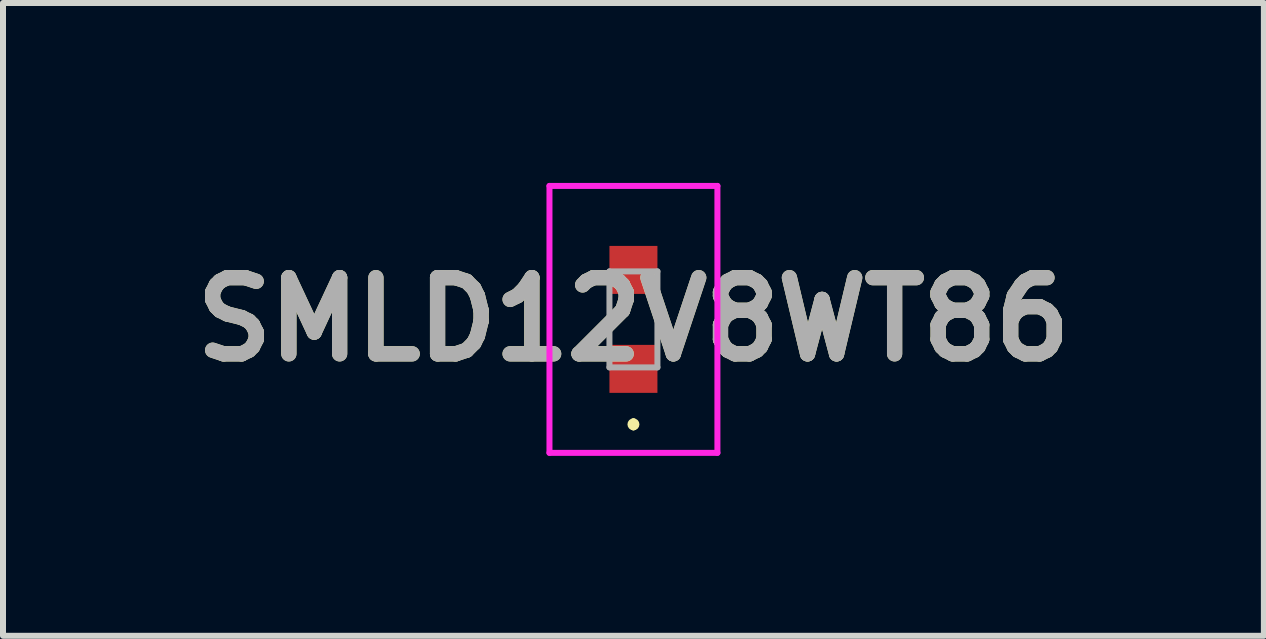
<source format=kicad_pcb>
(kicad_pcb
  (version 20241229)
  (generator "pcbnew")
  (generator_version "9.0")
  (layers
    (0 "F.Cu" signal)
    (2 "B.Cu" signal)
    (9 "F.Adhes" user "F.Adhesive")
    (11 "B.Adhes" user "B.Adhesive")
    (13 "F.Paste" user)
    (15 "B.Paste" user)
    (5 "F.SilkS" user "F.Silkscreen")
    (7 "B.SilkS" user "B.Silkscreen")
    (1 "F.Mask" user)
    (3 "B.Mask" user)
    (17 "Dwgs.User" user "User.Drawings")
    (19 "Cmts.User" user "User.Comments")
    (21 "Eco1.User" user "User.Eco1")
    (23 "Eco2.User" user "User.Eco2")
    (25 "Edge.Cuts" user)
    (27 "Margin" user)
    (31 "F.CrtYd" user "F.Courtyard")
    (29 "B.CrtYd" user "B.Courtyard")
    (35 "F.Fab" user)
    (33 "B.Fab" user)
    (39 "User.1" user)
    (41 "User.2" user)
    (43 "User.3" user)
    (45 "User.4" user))
  (footprint "SMLD12V8WT86"
    (layer "F.Cu")
    (at 7.511 2.275)
    (property "Reference" "SMLD12V8WT86" (at 0 0 0) (layer "F.SilkS") (effects (font (size 1.27 1.27) (thickness 0.254))))
    (attr smd)
    (fp_line (start 0 1.7) (end 0 1.7) (stroke (width 0.1) (type solid)) (layer "F.SilkS"))
    (fp_line (start 0 1.8) (end 0 1.8) (stroke (width 0.1) (type solid)) (layer "F.SilkS"))
    (fp_arc (start 0 1.7) (mid 0.05 1.75) (end 0 1.8) (stroke (width 0.1) (type solid)) (layer "F.SilkS"))
    (fp_arc (start 0 1.8) (mid -0.05 1.75) (end 0 1.7) (stroke (width 0.1) (type solid)) (layer "F.SilkS"))
    (fp_line (start -1.4 -2.225) (end 1.4 -2.225) (stroke (width 0.1) (type solid)) (layer "F.CrtYd"))
    (fp_line (start -1.4 2.225) (end -1.4 -2.225) (stroke (width 0.1) (type solid)) (layer "F.CrtYd"))
    (fp_line (start 1.4 -2.225) (end 1.4 2.225) (stroke (width 0.1) (type solid)) (layer "F.CrtYd"))
    (fp_line (start 1.4 2.225) (end -1.4 2.225) (stroke (width 0.1) (type solid)) (layer "F.CrtYd"))
    (fp_line (start -0.4 -0.8) (end 0.4 -0.8) (stroke (width 0.1) (type solid)) (layer "F.Fab"))
    (fp_line (start -0.4 0.8) (end -0.4 -0.8) (stroke (width 0.1) (type solid)) (layer "F.Fab"))
    (fp_line (start 0.4 -0.8) (end 0.4 0.8) (stroke (width 0.1) (type solid)) (layer "F.Fab"))
    (fp_line (start 0.4 0.8) (end -0.4 0.8) (stroke (width 0.1) (type solid)) (layer "F.Fab"))
    (fp_text user "${REFERENCE}" (at 0 0 0) (layer "F.Fab") (effects (font (size 1.27 1.27) (thickness 0.254))))
    (pad "1" smd rect (at 0 0.825) (size 0.8 0.8) (layers "F.Cu" "F.Mask" "F.Paste"))
    (pad "2" smd rect (at 0 -0.825) (size 0.8 0.8) (layers "F.Cu" "F.Mask" "F.Paste")))
  (gr_rect
    (start -3 -3)
    (end 18.022 7.55)
    (stroke (width 0.1) (type default))
    (fill no)
    (layer "Edge.Cuts")))
</source>
